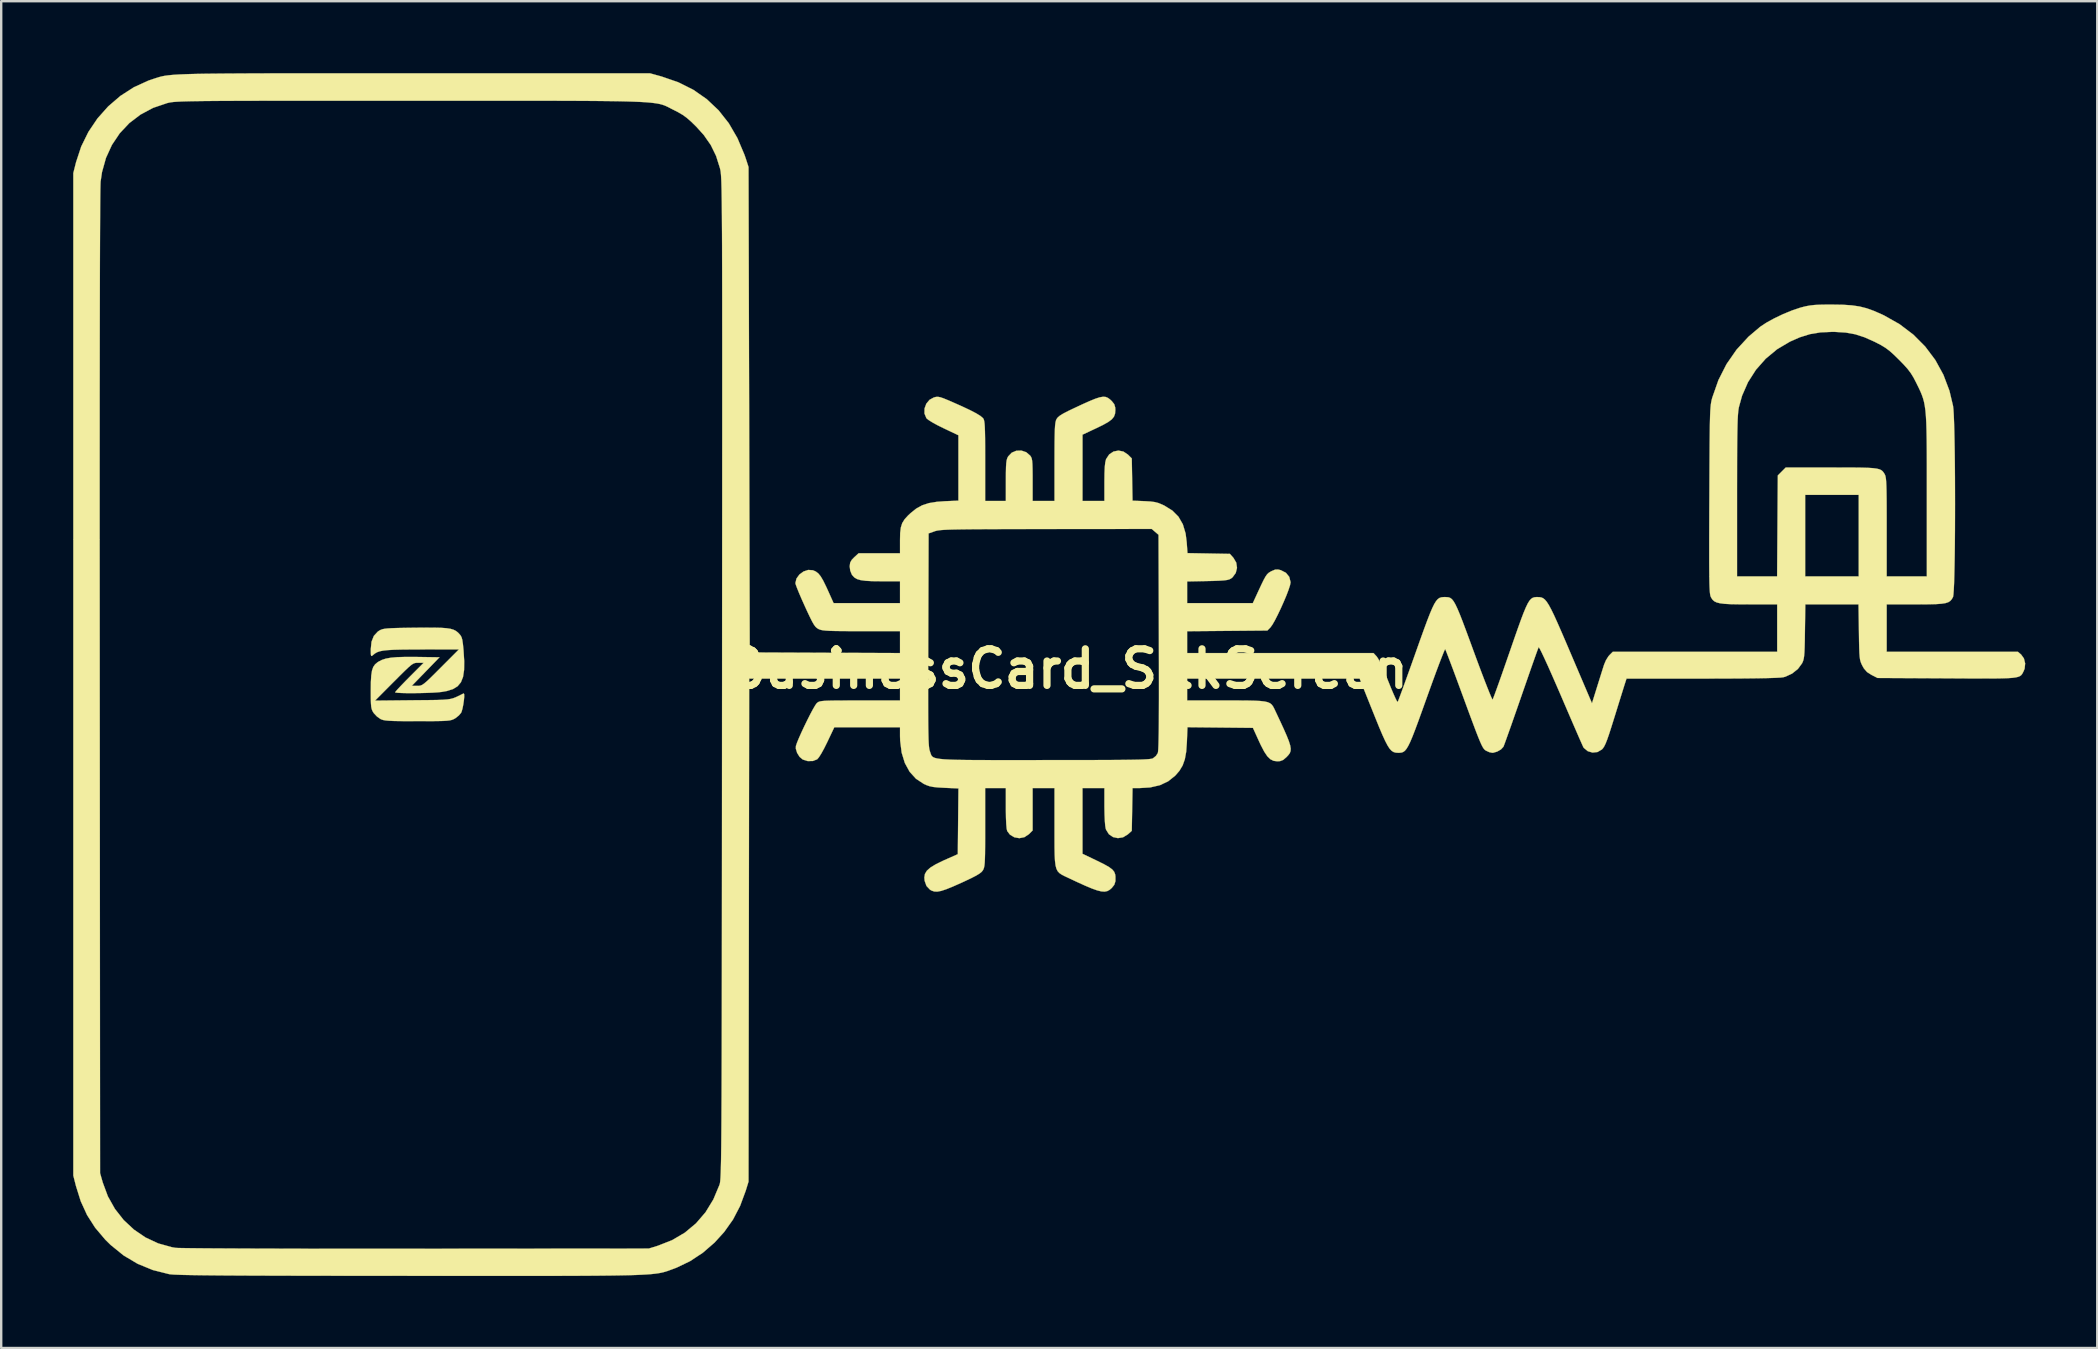
<source format=kicad_pcb>
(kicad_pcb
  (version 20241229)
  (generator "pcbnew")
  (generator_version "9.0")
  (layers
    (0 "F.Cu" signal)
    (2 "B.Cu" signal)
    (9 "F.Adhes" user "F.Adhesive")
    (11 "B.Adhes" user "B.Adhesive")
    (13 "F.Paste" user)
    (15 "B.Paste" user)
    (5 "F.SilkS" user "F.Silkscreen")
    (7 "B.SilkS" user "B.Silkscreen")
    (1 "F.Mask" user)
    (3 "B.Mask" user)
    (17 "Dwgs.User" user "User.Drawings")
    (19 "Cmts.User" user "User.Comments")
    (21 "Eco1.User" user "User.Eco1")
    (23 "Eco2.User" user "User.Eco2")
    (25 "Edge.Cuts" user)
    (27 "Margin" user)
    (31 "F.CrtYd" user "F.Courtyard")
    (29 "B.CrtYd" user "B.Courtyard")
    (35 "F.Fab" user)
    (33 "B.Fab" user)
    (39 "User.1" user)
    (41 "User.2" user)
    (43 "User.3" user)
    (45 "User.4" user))
  (footprint "BusinessCard_SilkScreen"
    (layer "F.Cu")
    (at 41.451 24.822)
    (property "Reference" "BusinessCard_SilkScreen" (at 0 0 0) (layer "F.SilkS") (effects (font (size 1.524 1.524) (thickness 0.3))))
    (attr through_hole)
    (fp_poly (pts (xy -26.404 -1.717) (xy -26.119 -1.71) (xy -25.898 -1.694) (xy -25.731 -1.669) (xy -25.604 -1.632) (xy -25.505 -1.582) (xy -25.422 -1.518) (xy -25.377 -1.473) (xy -25.312 -1.397) (xy -25.267 -1.316) (xy -25.236 -1.207) (xy -25.212 -1.045) (xy -25.188 -0.808) (xy -25.185 -0.775) (xy -25.157 -0.321) (xy -25.162 0.047) (xy -25.206 0.337) (xy -25.294 0.559) (xy -25.431 0.724) (xy -25.622 0.842) (xy -25.873 0.922) (xy -26.09 0.961) (xy -26.251 0.978) (xy -26.469 0.992) (xy -26.724 1.002) (xy -26.999 1.009) (xy -27.275 1.012) (xy -27.534 1.012) (xy -27.757 1.007) (xy -27.925 0.998) (xy -28.021 0.986) (xy -28.036 0.977) (xy -28.002 0.93) (xy -27.908 0.825) (xy -27.765 0.674) (xy -27.586 0.489) (xy -27.441 0.343) (xy -26.846 -0.253) (xy -27.074 -0.253) (xy -27.15 -0.252) (xy -27.217 -0.241) (xy -27.287 -0.212) (xy -27.37 -0.156) (xy -27.478 -0.064) (xy -27.623 0.073) (xy -27.816 0.263) (xy -28.068 0.516) (xy -28.088 0.535) (xy -28.873 1.324) (xy -27.301 1.308) (xy -26.865 1.304) (xy -26.516 1.301) (xy -26.242 1.296) (xy -26.029 1.287) (xy -25.862 1.274) (xy -25.73 1.254) (xy -25.618 1.225) (xy -25.513 1.185) (xy -25.401 1.133) (xy -25.268 1.067) (xy -25.18 1.023) (xy -25.159 1.053) (xy -25.156 1.156) (xy -25.169 1.305) (xy -25.193 1.475) (xy -25.225 1.641) (xy -25.262 1.774) (xy -25.287 1.833) (xy -25.383 1.945) (xy -25.521 2.054) (xy -25.554 2.074) (xy -25.616 2.106) (xy -25.683 2.13) (xy -25.767 2.149) (xy -25.883 2.162) (xy -26.042 2.171) (xy -26.258 2.176) (xy -26.543 2.179) (xy -26.912 2.18) (xy -27.105 2.18) (xy -27.521 2.179) (xy -27.848 2.177) (xy -28.1 2.172) (xy -28.288 2.163) (xy -28.425 2.151) (xy -28.524 2.134) (xy -28.599 2.111) (xy -28.644 2.091) (xy -28.792 1.987) (xy -28.923 1.848) (xy -28.935 1.83) (xy -28.98 1.756) (xy -29.011 1.678) (xy -29.032 1.577) (xy -29.043 1.435) (xy -29.049 1.231) (xy -29.05 0.947) (xy -29.05 0.9) (xy -29.046 0.544) (xy -29.03 0.273) (xy -28.999 0.072) (xy -28.948 -0.076) (xy -28.872 -0.186) (xy -28.768 -0.274) (xy -28.724 -0.302) (xy -28.585 -0.373) (xy -28.421 -0.427) (xy -28.216 -0.464) (xy -27.956 -0.487) (xy -27.627 -0.497) (xy -27.214 -0.497) (xy -27.124 -0.496) (xy -26.186 -0.482) (xy -26.764 0.114) (xy -27.343 0.71) (xy -27.119 0.71) (xy -27.042 0.708) (xy -26.975 0.696) (xy -26.904 0.665) (xy -26.819 0.606) (xy -26.707 0.511) (xy -26.557 0.369) (xy -26.358 0.172) (xy -26.135 -0.051) (xy -25.376 -0.811) (xy -26.922 -0.809) (xy -27.401 -0.807) (xy -27.79 -0.803) (xy -28.1 -0.795) (xy -28.343 -0.781) (xy -28.529 -0.761) (xy -28.671 -0.733) (xy -28.78 -0.696) (xy -28.866 -0.648) (xy -28.942 -0.589) (xy -28.952 -0.58) (xy -29.005 -0.537) (xy -29.034 -0.541) (xy -29.047 -0.607) (xy -29.05 -0.753) (xy -29.05 -0.817) (xy -29.019 -1.131) (xy -28.922 -1.374) (xy -28.757 -1.553) (xy -28.69 -1.597) (xy -28.63 -1.628) (xy -28.56 -1.653) (xy -28.468 -1.671) (xy -28.339 -1.685) (xy -28.161 -1.695) (xy -27.921 -1.703) (xy -27.606 -1.709) (xy -27.217 -1.714) (xy -26.766 -1.718) (xy -26.404 -1.717)) (stroke (width 0.01) (type solid)) (fill yes) (layer "F.SilkS"))
    (fp_poly (pts (xy -27.897 -24.817) (xy -27.301 -24.817) (xy -17.415 -24.817) (xy -16.933 -24.684) (xy -16.237 -24.444) (xy -15.609 -24.13) (xy -15.049 -23.74) (xy -14.556 -23.275) (xy -14.13 -22.734) (xy -13.771 -22.116) (xy -13.477 -21.421) (xy -13.416 -21.243) (xy -13.309 -20.913) (xy -13.258 -0.684) (xy -10.127 -0.671) (xy -6.996 -0.658) (xy -6.996 -1.572) (xy -8.606 -1.572) (xy -9.06 -1.572) (xy -9.424 -1.574) (xy -9.709 -1.578) (xy -9.928 -1.584) (xy -10.091 -1.594) (xy -10.21 -1.607) (xy -10.296 -1.624) (xy -10.361 -1.646) (xy -10.392 -1.66) (xy -10.458 -1.7) (xy -10.52 -1.757) (xy -10.584 -1.844) (xy -10.659 -1.975) (xy -10.754 -2.164) (xy -10.877 -2.425) (xy -10.962 -2.611) (xy -11.087 -2.889) (xy -11.196 -3.142) (xy -11.281 -3.351) (xy -11.337 -3.501) (xy -11.356 -3.574) (xy -11.31 -3.764) (xy -11.188 -3.931) (xy -11.017 -4.057) (xy -10.822 -4.122) (xy -10.628 -4.109) (xy -10.624 -4.108) (xy -10.505 -4.056) (xy -10.401 -3.977) (xy -10.303 -3.857) (xy -10.198 -3.679) (xy -10.075 -3.428) (xy -10.008 -3.283) (xy -9.763 -2.738) (xy -6.996 -2.738) (xy -6.996 -3.65) (xy -7.784 -3.65) (xy -8.149 -3.654) (xy -8.428 -3.669) (xy -8.635 -3.697) (xy -8.787 -3.742) (xy -8.898 -3.808) (xy -8.982 -3.899) (xy -9.007 -3.934) (xy -9.072 -4.097) (xy -9.093 -4.277) (xy -9.073 -4.426) (xy -9.006 -4.545) (xy -8.905 -4.649) (xy -8.722 -4.816) (xy -6.996 -4.816) (xy -6.996 -5.354) (xy -6.99 -5.659) (xy -6.962 -5.889) (xy -6.905 -6.071) (xy -6.807 -6.23) (xy -6.659 -6.393) (xy -6.559 -6.486) (xy -6.322 -6.677) (xy -6.075 -6.814) (xy -5.796 -6.906) (xy -5.46 -6.961) (xy -5.133 -6.985) (xy -4.563 -7.009) (xy -4.563 -9.734) (xy -5.188 -10.031) (xy -5.442 -10.157) (xy -5.656 -10.275) (xy -5.814 -10.375) (xy -5.897 -10.445) (xy -5.898 -10.448) (xy -5.977 -10.64) (xy -5.974 -10.85) (xy -5.9 -11.05) (xy -5.764 -11.213) (xy -5.587 -11.309) (xy -5.497 -11.332) (xy -5.412 -11.336) (xy -5.312 -11.317) (xy -5.175 -11.27) (xy -4.979 -11.189) (xy -4.837 -11.128) (xy -4.41 -10.938) (xy -4.073 -10.779) (xy -3.821 -10.648) (xy -3.646 -10.54) (xy -3.544 -10.454) (xy -3.527 -10.434) (xy -3.505 -10.391) (xy -3.487 -10.324) (xy -3.473 -10.223) (xy -3.463 -10.077) (xy -3.456 -9.877) (xy -3.451 -9.61) (xy -3.449 -9.268) (xy -3.448 -8.838) (xy -3.448 -8.658) (xy -3.448 -6.996) (xy -2.586 -6.996) (xy -2.585 -7.846) (xy -2.584 -8.166) (xy -2.579 -8.402) (xy -2.569 -8.571) (xy -2.553 -8.69) (xy -2.527 -8.777) (xy -2.492 -8.848) (xy -2.488 -8.854) (xy -2.341 -9.008) (xy -2.149 -9.089) (xy -1.939 -9.096) (xy -1.737 -9.028) (xy -1.572 -8.887) (xy -1.535 -8.832) (xy -1.508 -8.766) (xy -1.49 -8.671) (xy -1.479 -8.533) (xy -1.473 -8.334) (xy -1.47 -8.059) (xy -1.47 -7.877) (xy -1.47 -6.996) (xy -0.558 -6.996) (xy -0.558 -8.621) (xy -0.557 -9.083) (xy -0.555 -9.455) (xy -0.55 -9.746) (xy -0.544 -9.97) (xy -0.534 -10.135) (xy -0.52 -10.254) (xy -0.502 -10.337) (xy -0.48 -10.396) (xy -0.478 -10.4) (xy -0.425 -10.475) (xy -0.335 -10.551) (xy -0.193 -10.639) (xy 0.016 -10.747) (xy 0.219 -10.844) (xy 0.601 -11.023) (xy 0.905 -11.159) (xy 1.142 -11.256) (xy 1.325 -11.315) (xy 1.466 -11.339) (xy 1.577 -11.33) (xy 1.67 -11.291) (xy 1.759 -11.224) (xy 1.832 -11.155) (xy 1.932 -11.029) (xy 1.973 -10.888) (xy 1.977 -10.784) (xy 1.965 -10.634) (xy 1.92 -10.51) (xy 1.829 -10.398) (xy 1.68 -10.286) (xy 1.46 -10.163) (xy 1.195 -10.034) (xy 0.609 -9.759) (xy 0.609 -8.378) (xy 0.608 -6.996) (xy 1.521 -6.996) (xy 1.521 -7.784) (xy 1.525 -8.141) (xy 1.536 -8.41) (xy 1.557 -8.601) (xy 1.587 -8.727) (xy 1.593 -8.743) (xy 1.721 -8.936) (xy 1.899 -9.055) (xy 2.105 -9.096) (xy 2.314 -9.055) (xy 2.502 -8.928) (xy 2.662 -8.769) (xy 2.693 -7.008) (xy 3.189 -6.988) (xy 3.438 -6.974) (xy 3.622 -6.95) (xy 3.777 -6.909) (xy 3.939 -6.841) (xy 4.018 -6.804) (xy 4.352 -6.597) (xy 4.608 -6.34) (xy 4.79 -6.024) (xy 4.905 -5.641) (xy 4.95 -5.284) (xy 4.983 -4.823) (xy 6.751 -4.791) (xy 6.899 -4.625) (xy 7.016 -4.426) (xy 7.047 -4.207) (xy 6.994 -3.995) (xy 6.861 -3.814) (xy 6.798 -3.765) (xy 6.733 -3.731) (xy 6.642 -3.705) (xy 6.509 -3.687) (xy 6.317 -3.674) (xy 6.052 -3.664) (xy 5.818 -3.659) (xy 4.968 -3.642) (xy 4.968 -2.738) (xy 7.705 -2.738) (xy 7.933 -3.232) (xy 8.062 -3.509) (xy 8.159 -3.708) (xy 8.236 -3.847) (xy 8.301 -3.939) (xy 8.367 -4.002) (xy 8.442 -4.049) (xy 8.491 -4.075) (xy 8.635 -4.135) (xy 8.757 -4.14) (xy 8.874 -4.112) (xy 9.086 -4.003) (xy 9.224 -3.834) (xy 9.278 -3.617) (xy 9.278 -3.598) (xy 9.255 -3.48) (xy 9.194 -3.292) (xy 9.104 -3.055) (xy 8.992 -2.79) (xy 8.869 -2.515) (xy 8.743 -2.251) (xy 8.624 -2.018) (xy 8.52 -1.837) (xy 8.44 -1.727) (xy 8.438 -1.724) (xy 8.312 -1.597) (xy 4.968 -1.568) (xy 4.968 -0.659) (xy 12.735 -0.659) (xy 12.87 -0.513) (xy 12.936 -0.413) (xy 13.029 -0.233) (xy 13.142 0.013) (xy 13.267 0.308) (xy 13.355 0.528) (xy 13.466 0.804) (xy 13.567 1.041) (xy 13.65 1.226) (xy 13.71 1.345) (xy 13.74 1.383) (xy 13.741 1.383) (xy 13.765 1.328) (xy 13.819 1.188) (xy 13.899 0.972) (xy 14.001 0.691) (xy 14.123 0.355) (xy 14.26 -0.027) (xy 14.409 -0.444) (xy 14.494 -0.684) (xy 14.682 -1.214) (xy 14.841 -1.655) (xy 14.975 -2.017) (xy 15.088 -2.306) (xy 15.184 -2.532) (xy 15.267 -2.702) (xy 15.343 -2.824) (xy 15.414 -2.906) (xy 15.485 -2.955) (xy 15.561 -2.981) (xy 15.645 -2.99) (xy 15.711 -2.991) (xy 15.797 -2.989) (xy 15.872 -2.979) (xy 15.941 -2.951) (xy 16.007 -2.899) (xy 16.074 -2.814) (xy 16.147 -2.688) (xy 16.23 -2.513) (xy 16.328 -2.282) (xy 16.444 -1.986) (xy 16.583 -1.616) (xy 16.749 -1.167) (xy 16.906 -0.738) (xy 17.065 -0.306) (xy 17.214 0.092) (xy 17.35 0.449) (xy 17.469 0.754) (xy 17.567 0.999) (xy 17.64 1.173) (xy 17.686 1.268) (xy 17.698 1.282) (xy 17.722 1.227) (xy 17.776 1.086) (xy 17.855 0.87) (xy 17.956 0.589) (xy 18.075 0.253) (xy 18.208 -0.128) (xy 18.352 -0.543) (xy 18.419 -0.735) (xy 18.6 -1.259) (xy 18.753 -1.695) (xy 18.881 -2.05) (xy 18.989 -2.335) (xy 19.081 -2.555) (xy 19.16 -2.72) (xy 19.232 -2.837) (xy 19.3 -2.914) (xy 19.368 -2.96) (xy 19.44 -2.983) (xy 19.521 -2.991) (xy 19.563 -2.991) (xy 19.651 -2.988) (xy 19.73 -2.975) (xy 19.804 -2.943) (xy 19.877 -2.885) (xy 19.954 -2.794) (xy 20.04 -2.661) (xy 20.138 -2.48) (xy 20.254 -2.243) (xy 20.391 -1.942) (xy 20.555 -1.569) (xy 20.75 -1.117) (xy 20.954 -0.639) (xy 21.839 1.435) (xy 22.051 0.755) (xy 22.136 0.483) (xy 22.218 0.222) (xy 22.288 -0.001) (xy 22.338 -0.158) (xy 22.344 -0.177) (xy 22.42 -0.356) (xy 22.52 -0.517) (xy 22.565 -0.57) (xy 22.705 -0.71) (xy 29.557 -0.71) (xy 29.557 -2.687) (xy 28.39 -2.687) (xy 27.965 -2.689) (xy 27.63 -2.695) (xy 27.371 -2.709) (xy 27.178 -2.732) (xy 27.037 -2.767) (xy 26.936 -2.816) (xy 26.864 -2.881) (xy 26.808 -2.965) (xy 26.796 -2.989) (xy 26.78 -3.026) (xy 26.767 -3.079) (xy 26.756 -3.154) (xy 26.747 -3.259) (xy 26.739 -3.4) (xy 26.733 -3.584) (xy 26.729 -3.818) (xy 26.726 -4.11) (xy 26.724 -4.464) (xy 26.724 -4.89) (xy 26.724 -5.392) (xy 26.726 -5.979) (xy 26.728 -6.658) (xy 26.73 -7.036) (xy 26.731 -7.196) (xy 27.884 -7.196) (xy 27.884 -3.853) (xy 29.554 -3.853) (xy 29.577 -7.25) (xy 30.723 -7.25) (xy 30.723 -3.853) (xy 32.954 -3.853) (xy 32.954 -7.25) (xy 30.723 -7.25) (xy 29.577 -7.25) (xy 29.583 -8.059) (xy 29.748 -8.225) (xy 29.914 -8.391) (xy 31.807 -8.391) (xy 32.318 -8.39) (xy 32.738 -8.389) (xy 33.077 -8.385) (xy 33.343 -8.377) (xy 33.548 -8.364) (xy 33.702 -8.344) (xy 33.813 -8.317) (xy 33.892 -8.282) (xy 33.949 -8.236) (xy 33.994 -8.18) (xy 34.036 -8.113) (xy 34.057 -8.068) (xy 34.074 -8.006) (xy 34.088 -7.918) (xy 34.099 -7.793) (xy 34.107 -7.621) (xy 34.113 -7.394) (xy 34.117 -7.102) (xy 34.119 -6.734) (xy 34.12 -6.281) (xy 34.12 -5.911) (xy 34.12 -3.853) (xy 35.793 -3.853) (xy 35.793 -7.242) (xy 35.793 -7.949) (xy 35.793 -8.563) (xy 35.791 -9.093) (xy 35.787 -9.546) (xy 35.78 -9.93) (xy 35.77 -10.255) (xy 35.755 -10.529) (xy 35.735 -10.759) (xy 35.708 -10.954) (xy 35.676 -11.123) (xy 35.635 -11.273) (xy 35.586 -11.413) (xy 35.529 -11.552) (xy 35.461 -11.698) (xy 35.382 -11.858) (xy 35.355 -11.914) (xy 35.24 -12.135) (xy 35.129 -12.317) (xy 35.001 -12.487) (xy 34.837 -12.672) (xy 34.632 -12.882) (xy 34.413 -13.096) (xy 34.234 -13.255) (xy 34.068 -13.379) (xy 33.884 -13.491) (xy 33.657 -13.609) (xy 33.613 -13.631) (xy 33.196 -13.817) (xy 32.81 -13.942) (xy 32.415 -14.013) (xy 31.974 -14.041) (xy 31.849 -14.043) (xy 31.36 -14.021) (xy 30.922 -13.948) (xy 30.496 -13.815) (xy 30.09 -13.636) (xy 29.554 -13.319) (xy 29.079 -12.925) (xy 28.672 -12.464) (xy 28.341 -11.946) (xy 28.093 -11.38) (xy 27.96 -10.901) (xy 27.945 -10.812) (xy 27.931 -10.7) (xy 27.92 -10.558) (xy 27.91 -10.377) (xy 27.903 -10.151) (xy 27.897 -9.871) (xy 27.892 -9.531) (xy 27.888 -9.121) (xy 27.886 -8.635) (xy 27.885 -8.066) (xy 27.884 -7.405) (xy 27.884 -7.196) (xy 26.731 -7.196) (xy 26.733 -7.757) (xy 26.736 -8.383) (xy 26.739 -8.923) (xy 26.742 -9.384) (xy 26.746 -9.773) (xy 26.75 -10.097) (xy 26.756 -10.364) (xy 26.762 -10.581) (xy 26.77 -10.756) (xy 26.78 -10.896) (xy 26.791 -11.008) (xy 26.805 -11.1) (xy 26.82 -11.179) (xy 26.838 -11.252) (xy 26.856 -11.315) (xy 27.109 -12.035) (xy 27.445 -12.697) (xy 27.863 -13.3) (xy 28.362 -13.842) (xy 28.848 -14.254) (xy 29.108 -14.426) (xy 29.435 -14.606) (xy 29.799 -14.78) (xy 30.167 -14.932) (xy 30.508 -15.047) (xy 30.571 -15.065) (xy 30.751 -15.11) (xy 30.92 -15.141) (xy 31.102 -15.162) (xy 31.321 -15.174) (xy 31.599 -15.179) (xy 31.864 -15.179) (xy 32.305 -15.172) (xy 32.672 -15.147) (xy 32.991 -15.1) (xy 33.29 -15.024) (xy 33.595 -14.914) (xy 33.933 -14.765) (xy 34.016 -14.725) (xy 34.657 -14.363) (xy 35.228 -13.93) (xy 35.725 -13.431) (xy 36.145 -12.872) (xy 36.483 -12.256) (xy 36.735 -11.589) (xy 36.885 -10.957) (xy 36.901 -10.815) (xy 36.915 -10.589) (xy 36.927 -10.286) (xy 36.938 -9.917) (xy 36.947 -9.493) (xy 36.955 -9.022) (xy 36.961 -8.514) (xy 36.965 -7.979) (xy 36.967 -7.427) (xy 36.968 -6.867) (xy 36.967 -6.31) (xy 36.965 -5.764) (xy 36.961 -5.24) (xy 36.955 -4.748) (xy 36.947 -4.296) (xy 36.938 -3.896) (xy 36.928 -3.556) (xy 36.915 -3.287) (xy 36.901 -3.097) (xy 36.886 -2.998) (xy 36.882 -2.99) (xy 36.83 -2.9) (xy 36.769 -2.83) (xy 36.686 -2.777) (xy 36.568 -2.739) (xy 36.405 -2.714) (xy 36.183 -2.698) (xy 35.889 -2.69) (xy 35.512 -2.687) (xy 35.314 -2.687) (xy 34.12 -2.687) (xy 34.12 -0.71) (xy 39.59 -0.71) (xy 39.723 -0.596) (xy 39.839 -0.434) (xy 39.89 -0.227) (xy 39.869 -0.01) (xy 39.828 0.093) (xy 39.795 0.159) (xy 39.764 0.215) (xy 39.726 0.262) (xy 39.674 0.301) (xy 39.601 0.332) (xy 39.498 0.356) (xy 39.356 0.375) (xy 39.17 0.388) (xy 38.929 0.396) (xy 38.627 0.401) (xy 38.256 0.402) (xy 37.807 0.401) (xy 37.273 0.399) (xy 36.646 0.395) (xy 36.621 0.395) (xy 33.737 0.38) (xy 33.487 0.252) (xy 33.302 0.134) (xy 33.172 -0.015) (xy 33.108 -0.127) (xy 33.067 -0.211) (xy 33.035 -0.292) (xy 33.011 -0.383) (xy 32.995 -0.501) (xy 32.983 -0.66) (xy 32.975 -0.875) (xy 32.968 -1.162) (xy 32.963 -1.532) (xy 32.946 -2.687) (xy 30.729 -2.687) (xy 30.713 -1.559) (xy 30.708 -1.187) (xy 30.701 -0.901) (xy 30.692 -0.688) (xy 30.679 -0.531) (xy 30.661 -0.416) (xy 30.637 -0.329) (xy 30.605 -0.253) (xy 30.592 -0.228) (xy 30.419 0.006) (xy 30.177 0.198) (xy 29.898 0.327) (xy 29.81 0.35) (xy 29.692 0.364) (xy 29.474 0.375) (xy 29.155 0.385) (xy 28.737 0.393) (xy 28.22 0.399) (xy 27.605 0.403) (xy 26.893 0.405) (xy 26.416 0.406) (xy 23.279 0.406) (xy 23.201 0.646) (xy 23.164 0.763) (xy 23.103 0.96) (xy 23.022 1.219) (xy 22.927 1.524) (xy 22.824 1.858) (xy 22.763 2.053) (xy 22.644 2.433) (xy 22.549 2.728) (xy 22.471 2.951) (xy 22.407 3.113) (xy 22.351 3.228) (xy 22.299 3.308) (xy 22.253 3.359) (xy 22.07 3.466) (xy 21.865 3.489) (xy 21.666 3.432) (xy 21.503 3.298) (xy 21.484 3.273) (xy 21.457 3.217) (xy 21.395 3.077) (xy 21.3 2.863) (xy 21.179 2.584) (xy 21.034 2.251) (xy 20.871 1.873) (xy 20.693 1.46) (xy 20.55 1.126) (xy 20.345 0.654) (xy 20.16 0.231) (xy 19.997 -0.135) (xy 19.858 -0.438) (xy 19.748 -0.671) (xy 19.669 -0.827) (xy 19.624 -0.899) (xy 19.616 -0.902) (xy 19.592 -0.841) (xy 19.538 -0.695) (xy 19.459 -0.474) (xy 19.358 -0.188) (xy 19.239 0.152) (xy 19.105 0.537) (xy 18.96 0.954) (xy 18.889 1.159) (xy 18.739 1.59) (xy 18.598 1.994) (xy 18.47 2.36) (xy 18.357 2.677) (xy 18.265 2.935) (xy 18.197 3.123) (xy 18.156 3.23) (xy 18.147 3.25) (xy 18.047 3.357) (xy 17.891 3.447) (xy 17.726 3.495) (xy 17.684 3.498) (xy 17.56 3.472) (xy 17.42 3.408) (xy 17.412 3.403) (xy 17.372 3.374) (xy 17.332 3.331) (xy 17.288 3.265) (xy 17.237 3.167) (xy 17.175 3.029) (xy 17.098 2.842) (xy 17.002 2.597) (xy 16.885 2.286) (xy 16.741 1.9) (xy 16.568 1.43) (xy 16.506 1.261) (xy 16.347 0.829) (xy 16.198 0.425) (xy 16.063 0.061) (xy 15.945 -0.253) (xy 15.848 -0.508) (xy 15.776 -0.694) (xy 15.733 -0.801) (xy 15.723 -0.822) (xy 15.699 -0.784) (xy 15.646 -0.659) (xy 15.566 -0.458) (xy 15.463 -0.19) (xy 15.341 0.135) (xy 15.204 0.509) (xy 15.055 0.921) (xy 14.955 1.199) (xy 14.766 1.727) (xy 14.607 2.167) (xy 14.473 2.528) (xy 14.361 2.817) (xy 14.266 3.042) (xy 14.183 3.211) (xy 14.11 3.332) (xy 14.042 3.414) (xy 13.974 3.463) (xy 13.903 3.488) (xy 13.825 3.497) (xy 13.765 3.498) (xy 13.664 3.492) (xy 13.576 3.468) (xy 13.493 3.418) (xy 13.411 3.331) (xy 13.324 3.198) (xy 13.226 3.012) (xy 13.111 2.762) (xy 12.974 2.44) (xy 12.81 2.036) (xy 12.725 1.825) (xy 12.157 0.406) (xy 4.968 0.406) (xy 4.968 1.318) (xy 6.593 1.318) (xy 7.074 1.318) (xy 7.464 1.32) (xy 7.773 1.327) (xy 8.014 1.339) (xy 8.196 1.36) (xy 8.33 1.391) (xy 8.427 1.435) (xy 8.498 1.494) (xy 8.553 1.571) (xy 8.603 1.667) (xy 8.635 1.736) (xy 8.838 2.167) (xy 9 2.518) (xy 9.123 2.799) (xy 9.21 3.019) (xy 9.263 3.19) (xy 9.285 3.323) (xy 9.278 3.427) (xy 9.246 3.513) (xy 9.189 3.592) (xy 9.112 3.674) (xy 9.105 3.681) (xy 8.972 3.795) (xy 8.844 3.844) (xy 8.726 3.853) (xy 8.573 3.833) (xy 8.438 3.767) (xy 8.31 3.642) (xy 8.18 3.448) (xy 8.036 3.172) (xy 7.964 3.017) (xy 7.71 2.459) (xy 4.982 2.432) (xy 4.958 3.057) (xy 4.93 3.451) (xy 4.873 3.767) (xy 4.781 4.026) (xy 4.646 4.251) (xy 4.469 4.454) (xy 4.177 4.687) (xy 3.834 4.848) (xy 3.43 4.941) (xy 2.985 4.968) (xy 2.694 4.968) (xy 2.678 5.86) (xy 2.662 6.751) (xy 2.496 6.899) (xy 2.297 7.02) (xy 2.085 7.054) (xy 1.881 7.01) (xy 1.709 6.892) (xy 1.592 6.706) (xy 1.574 6.652) (xy 1.555 6.534) (xy 1.539 6.338) (xy 1.528 6.09) (xy 1.522 5.812) (xy 1.521 5.716) (xy 1.521 4.968) (xy 0.608 4.968) (xy 0.608 7.706) (xy 1.231 8.005) (xy 1.513 8.145) (xy 1.714 8.259) (xy 1.848 8.359) (xy 1.928 8.455) (xy 1.969 8.561) (xy 1.981 8.644) (xy 1.981 8.848) (xy 1.934 8.998) (xy 1.829 9.13) (xy 1.739 9.208) (xy 1.644 9.26) (xy 1.533 9.283) (xy 1.395 9.274) (xy 1.219 9.231) (xy 0.995 9.151) (xy 0.712 9.032) (xy 0.358 8.871) (xy -0.001 8.702) (xy -0.146 8.634) (xy -0.263 8.573) (xy -0.356 8.509) (xy -0.427 8.431) (xy -0.479 8.327) (xy -0.515 8.188) (xy -0.538 8.001) (xy -0.551 7.756) (xy -0.557 7.442) (xy -0.558 7.048) (xy -0.558 6.596) (xy -0.558 4.968) (xy -1.47 4.968) (xy -1.47 6.735) (xy -1.626 6.891) (xy -1.813 7.015) (xy -2.024 7.056) (xy -2.234 7.019) (xy -2.416 6.908) (xy -2.529 6.759) (xy -2.552 6.661) (xy -2.569 6.474) (xy -2.581 6.208) (xy -2.586 5.875) (xy -2.586 5.808) (xy -2.586 4.968) (xy -3.448 4.968) (xy -3.448 6.603) (xy -3.448 7.057) (xy -3.45 7.421) (xy -3.453 7.706) (xy -3.459 7.924) (xy -3.467 8.085) (xy -3.479 8.201) (xy -3.496 8.284) (xy -3.517 8.345) (xy -3.542 8.394) (xy -3.596 8.461) (xy -3.684 8.531) (xy -3.819 8.614) (xy -4.015 8.715) (xy -4.284 8.843) (xy -4.455 8.922) (xy -4.8 9.075) (xy -5.07 9.184) (xy -5.279 9.253) (xy -5.441 9.283) (xy -5.569 9.278) (xy -5.68 9.241) (xy -5.746 9.203) (xy -5.893 9.048) (xy -5.971 8.83) (xy -5.982 8.693) (xy -5.958 8.547) (xy -5.878 8.413) (xy -5.731 8.282) (xy -5.508 8.145) (xy -5.199 7.994) (xy -5.146 7.97) (xy -4.588 7.722) (xy -4.575 6.352) (xy -4.561 4.983) (xy -5.143 4.957) (xy -5.416 4.942) (xy -5.615 4.921) (xy -5.769 4.889) (xy -5.906 4.84) (xy -6.002 4.796) (xy -6.33 4.581) (xy -6.595 4.289) (xy -6.795 3.924) (xy -6.928 3.491) (xy -6.99 2.995) (xy -6.996 2.801) (xy -6.996 2.434) (xy -9.734 2.434) (xy -10.031 3.059) (xy -10.157 3.312) (xy -10.275 3.527) (xy -10.375 3.684) (xy -10.445 3.767) (xy -10.448 3.769) (xy -10.628 3.84) (xy -10.842 3.843) (xy -11.048 3.779) (xy -11.181 3.667) (xy -11.284 3.503) (xy -11.338 3.327) (xy -11.334 3.212) (xy -11.29 3.081) (xy -11.211 2.888) (xy -11.107 2.654) (xy -10.987 2.397) (xy -10.86 2.137) (xy -10.736 1.891) (xy -10.623 1.68) (xy -10.531 1.522) (xy -10.47 1.436) (xy -10.466 1.432) (xy -10.429 1.401) (xy -10.388 1.376) (xy -10.349 1.363) (xy -5.824 1.363) (xy -5.823 1.802) (xy -5.821 2.172) (xy -5.818 2.479) (xy -5.813 2.73) (xy -5.808 2.931) (xy -5.801 3.09) (xy -5.792 3.211) (xy -5.782 3.303) (xy -5.77 3.37) (xy -5.756 3.42) (xy -5.751 3.435) (xy -5.73 3.498) (xy -5.712 3.553) (xy -5.691 3.602) (xy -5.662 3.643) (xy -5.617 3.679) (xy -5.551 3.709) (xy -5.457 3.733) (xy -5.328 3.753) (xy -5.16 3.769) (xy -4.944 3.781) (xy -4.676 3.79) (xy -4.349 3.796) (xy -3.956 3.8) (xy -3.491 3.802) (xy -2.949 3.803) (xy -2.322 3.803) (xy -1.604 3.803) (xy -1.026 3.802) (xy -0.239 3.802) (xy 0.452 3.802) (xy 1.054 3.8) (xy 1.573 3.798) (xy 2.016 3.796) (xy 2.387 3.792) (xy 2.694 3.788) (xy 2.943 3.783) (xy 3.14 3.776) (xy 3.29 3.768) (xy 3.401 3.759) (xy 3.478 3.748) (xy 3.527 3.736) (xy 3.544 3.729) (xy 3.668 3.629) (xy 3.745 3.513) (xy 3.756 3.458) (xy 3.766 3.344) (xy 3.774 3.168) (xy 3.78 2.926) (xy 3.786 2.613) (xy 3.79 2.224) (xy 3.792 1.757) (xy 3.794 1.206) (xy 3.794 0.566) (xy 3.793 -0.165) (xy 3.791 -0.993) (xy 3.791 -1.107) (xy 3.777 -5.586) (xy 3.635 -5.708) (xy 3.493 -5.83) (xy -0.903 -5.826) (xy -1.676 -5.826) (xy -2.354 -5.825) (xy -2.944 -5.823) (xy -3.453 -5.821) (xy -3.886 -5.819) (xy -4.252 -5.815) (xy -4.555 -5.811) (xy -4.804 -5.806) (xy -5.004 -5.8) (xy -5.163 -5.792) (xy -5.286 -5.783) (xy -5.381 -5.772) (xy -5.454 -5.76) (xy -5.512 -5.746) (xy -5.551 -5.733) (xy -5.805 -5.644) (xy -5.819 -1.212) (xy -5.821 -0.433) (xy -5.823 0.252) (xy -5.824 0.849) (xy -5.824 1.363) (xy -10.349 1.363) (xy -10.332 1.357) (xy -10.251 1.343) (xy -10.132 1.332) (xy -9.966 1.325) (xy -9.741 1.321) (xy -9.447 1.319) (xy -9.072 1.318) (xy -8.667 1.318) (xy -6.996 1.318) (xy -6.996 0.406) (xy -13.282 0.406) (xy -13.309 21.369) (xy -13.425 21.746) (xy -13.66 22.381) (xy -13.955 22.947) (xy -14.323 23.466) (xy -14.723 23.907) (xy -15.21 24.329) (xy -15.746 24.683) (xy -16.308 24.953) (xy -16.411 24.992) (xy -16.509 25.028) (xy -16.599 25.061) (xy -16.684 25.092) (xy -16.769 25.119) (xy -16.86 25.144) (xy -16.959 25.167) (xy -17.072 25.187) (xy -17.203 25.205) (xy -17.357 25.221) (xy -17.538 25.235) (xy -17.75 25.247) (xy -17.999 25.258) (xy -18.287 25.267) (xy -18.62 25.274) (xy -19.003 25.28) (xy -19.439 25.285) (xy -19.933 25.289) (xy -20.49 25.292) (xy -21.114 25.294) (xy -21.81 25.295) (xy -22.581 25.296) (xy -23.432 25.296) (xy -24.369 25.296) (xy -25.395 25.295) (xy -26.514 25.294) (xy -27.397 25.294) (xy -28.61 25.293) (xy -29.727 25.292) (xy -30.749 25.291) (xy -31.682 25.29) (xy -32.528 25.288) (xy -33.293 25.286) (xy -33.978 25.284) (xy -34.589 25.281) (xy -35.13 25.278) (xy -35.603 25.274) (xy -36.013 25.27) (xy -36.363 25.265) (xy -36.658 25.26) (xy -36.901 25.255) (xy -37.097 25.248) (xy -37.248 25.242) (xy -37.359 25.234) (xy -37.433 25.226) (xy -37.449 25.224) (xy -38.133 25.052) (xy -38.766 24.792) (xy -39.351 24.444) (xy -39.892 24.005) (xy -40.115 23.785) (xy -40.535 23.289) (xy -40.872 22.762) (xy -41.136 22.186) (xy -41.334 21.556) (xy -41.446 21.116) (xy -41.446 -7.028) (xy -40.348 -7.028) (xy -40.348 -5.402) (xy -40.347 -3.687) (xy -40.346 -1.883) (xy -40.345 0.009) (xy -40.345 0.608) (xy -40.331 21.015) (xy -40.218 21.409) (xy -40.006 21.981) (xy -39.713 22.503) (xy -39.348 22.968) (xy -38.919 23.368) (xy -38.436 23.696) (xy -37.906 23.943) (xy -37.338 24.101) (xy -37.186 24.127) (xy -37.104 24.132) (xy -36.927 24.136) (xy -36.658 24.14) (xy -36.303 24.144) (xy -35.867 24.148) (xy -35.354 24.151) (xy -34.771 24.154) (xy -34.121 24.157) (xy -33.411 24.159) (xy -32.644 24.161) (xy -31.827 24.163) (xy -30.964 24.164) (xy -30.06 24.165) (xy -29.12 24.165) (xy -28.15 24.165) (xy -27.174 24.164) (xy -17.466 24.157) (xy -17.086 24.04) (xy -16.493 23.807) (xy -15.963 23.495) (xy -15.498 23.107) (xy -15.101 22.645) (xy -14.775 22.111) (xy -14.522 21.509) (xy -14.517 21.496) (xy -14.51 21.471) (xy -14.502 21.44) (xy -14.495 21.401) (xy -14.489 21.35) (xy -14.483 21.286) (xy -14.477 21.204) (xy -14.472 21.103) (xy -14.467 20.978) (xy -14.462 20.828) (xy -14.458 20.649) (xy -14.453 20.438) (xy -14.45 20.193) (xy -14.446 19.911) (xy -14.443 19.587) (xy -14.44 19.221) (xy -14.437 18.808) (xy -14.435 18.346) (xy -14.432 17.832) (xy -14.43 17.263) (xy -14.428 16.636) (xy -14.426 15.948) (xy -14.425 15.196) (xy -14.423 14.378) (xy -14.422 13.49) (xy -14.42 12.529) (xy -14.419 11.493) (xy -14.418 10.378) (xy -14.417 9.183) (xy -14.416 7.902) (xy -14.415 6.535) (xy -14.414 5.077) (xy -14.413 3.527) (xy -14.412 1.88) (xy -14.411 0.38) (xy -14.41 -1.35) (xy -14.409 -2.982) (xy -14.408 -4.518) (xy -14.407 -5.962) (xy -14.406 -7.316) (xy -14.406 -8.583) (xy -14.405 -9.767) (xy -14.405 -10.87) (xy -14.405 -11.895) (xy -14.405 -12.845) (xy -14.405 -13.723) (xy -14.406 -14.532) (xy -14.406 -15.275) (xy -14.407 -15.955) (xy -14.408 -16.575) (xy -14.41 -17.138) (xy -14.411 -17.646) (xy -14.413 -18.103) (xy -14.416 -18.511) (xy -14.418 -18.874) (xy -14.421 -19.195) (xy -14.424 -19.476) (xy -14.428 -19.72) (xy -14.431 -19.931) (xy -14.436 -20.111) (xy -14.44 -20.263) (xy -14.445 -20.39) (xy -14.451 -20.496) (xy -14.456 -20.582) (xy -14.463 -20.653) (xy -14.469 -20.71) (xy -14.476 -20.757) (xy -14.484 -20.797) (xy -14.492 -20.833) (xy -14.499 -20.862) (xy -14.661 -21.375) (xy -14.882 -21.829) (xy -15.176 -22.25) (xy -15.484 -22.591) (xy -15.703 -22.805) (xy -15.885 -22.964) (xy -16.059 -23.089) (xy -16.253 -23.202) (xy -16.426 -23.29) (xy -16.516 -23.335) (xy -16.595 -23.377) (xy -16.669 -23.415) (xy -16.741 -23.449) (xy -16.817 -23.481) (xy -16.9 -23.509) (xy -16.995 -23.535) (xy -17.106 -23.557) (xy -17.239 -23.577) (xy -17.396 -23.595) (xy -17.582 -23.611) (xy -17.803 -23.624) (xy -18.062 -23.635) (xy -18.363 -23.645) (xy -18.711 -23.653) (xy -19.111 -23.659) (xy -19.567 -23.664) (xy -20.083 -23.668) (xy -20.663 -23.671) (xy -21.312 -23.673) (xy -22.035 -23.675) (xy -22.836 -23.675) (xy -23.718 -23.675) (xy -24.687 -23.675) (xy -25.747 -23.675) (xy -26.903 -23.675) (xy -27.382 -23.675) (xy -28.551 -23.675) (xy -29.624 -23.675) (xy -30.604 -23.675) (xy -31.495 -23.675) (xy -32.303 -23.675) (xy -33.032 -23.674) (xy -33.685 -23.673) (xy -34.268 -23.672) (xy -34.784 -23.67) (xy -35.239 -23.668) (xy -35.636 -23.665) (xy -35.979 -23.662) (xy -36.275 -23.658) (xy -36.525 -23.654) (xy -36.736 -23.649) (xy -36.912 -23.644) (xy -37.056 -23.637) (xy -37.173 -23.63) (xy -37.268 -23.623) (xy -37.345 -23.614) (xy -37.409 -23.604) (xy -37.463 -23.594) (xy -37.512 -23.582) (xy -37.537 -23.576) (xy -38.12 -23.378) (xy -38.647 -23.097) (xy -39.113 -22.742) (xy -39.511 -22.319) (xy -39.837 -21.833) (xy -40.085 -21.292) (xy -40.25 -20.702) (xy -40.309 -20.305) (xy -40.313 -20.205) (xy -40.318 -20.005) (xy -40.322 -19.705) (xy -40.326 -19.306) (xy -40.329 -18.808) (xy -40.332 -18.213) (xy -40.335 -17.52) (xy -40.338 -16.73) (xy -40.34 -15.845) (xy -40.342 -14.865) (xy -40.344 -13.791) (xy -40.345 -12.622) (xy -40.347 -11.361) (xy -40.347 -10.008) (xy -40.348 -8.563) (xy -40.348 -7.028) (xy -41.446 -7.028) (xy -41.446 -20.66) (xy -41.331 -21.116) (xy -41.117 -21.765) (xy -40.817 -22.375) (xy -40.44 -22.935) (xy -39.993 -23.437) (xy -39.486 -23.874) (xy -38.925 -24.235) (xy -38.319 -24.512) (xy -38.125 -24.578) (xy -38.039 -24.607) (xy -37.959 -24.632) (xy -37.882 -24.656) (xy -37.803 -24.678) (xy -37.719 -24.697) (xy -37.623 -24.715) (xy -37.512 -24.73) (xy -37.382 -24.744) (xy -37.228 -24.757) (xy -37.046 -24.768) (xy -36.831 -24.777) (xy -36.579 -24.786) (xy -36.285 -24.793) (xy -35.945 -24.799) (xy -35.554 -24.803) (xy -35.109 -24.807) (xy -34.604 -24.81) (xy -34.035 -24.813) (xy -33.398 -24.815) (xy -32.689 -24.816) (xy -31.902 -24.816) (xy -31.034 -24.817) (xy -30.081 -24.817) (xy -29.036 -24.817) (xy -27.897 -24.817)) (stroke (width 0.01) (type solid)) (fill yes) (layer "F.SilkS")))
  (gr_rect
    (start -3 -3)
    (end 84.346 53.123)
    (stroke (width 0.1) (type default))
    (fill no)
    (layer "Edge.Cuts")))
</source>
